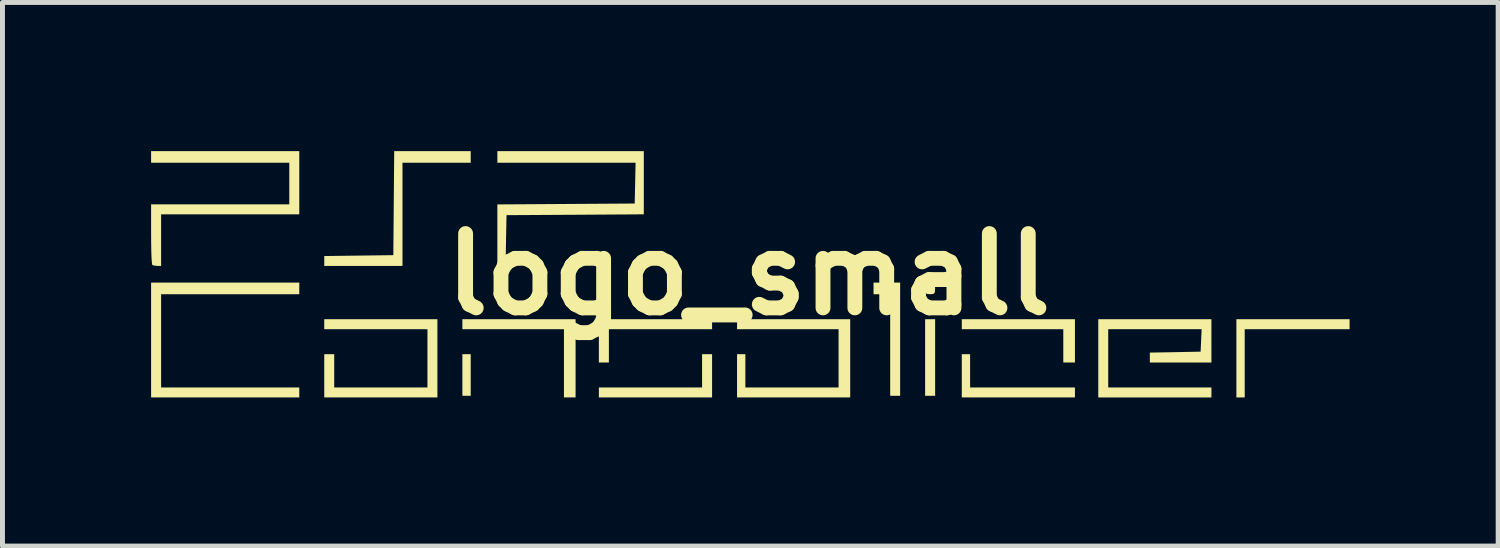
<source format=kicad_pcb>
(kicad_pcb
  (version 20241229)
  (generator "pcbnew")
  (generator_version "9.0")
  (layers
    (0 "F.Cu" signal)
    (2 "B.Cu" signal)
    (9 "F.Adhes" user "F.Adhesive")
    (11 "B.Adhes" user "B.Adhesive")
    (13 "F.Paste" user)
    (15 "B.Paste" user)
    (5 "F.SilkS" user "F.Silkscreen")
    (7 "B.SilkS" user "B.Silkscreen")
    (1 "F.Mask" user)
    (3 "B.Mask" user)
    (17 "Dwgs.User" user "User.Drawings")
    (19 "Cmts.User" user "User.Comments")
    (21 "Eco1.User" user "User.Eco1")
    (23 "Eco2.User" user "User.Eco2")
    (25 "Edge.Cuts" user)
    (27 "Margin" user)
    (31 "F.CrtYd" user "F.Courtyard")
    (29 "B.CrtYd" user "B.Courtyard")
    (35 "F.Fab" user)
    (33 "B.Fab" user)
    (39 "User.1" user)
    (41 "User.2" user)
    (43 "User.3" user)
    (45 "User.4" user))
  (footprint "logo_small"
    (layer "F.Cu")
    (at 12.062 2.486)
    (property "Reference" "logo_small" (at 0 0 0) (layer "F.SilkS") (effects (font (size 1.5 1.5) (thickness 0.3))))
    (attr board_only exclude_from_pos_files exclude_from_bom)
    (fp_poly (pts (xy -5.611 2.033) (xy -5.611 2.453) (xy -5.695 2.453) (xy -5.779 2.453) (xy -5.779 2.033) (xy -5.779 1.613) (xy -5.695 1.613) (xy -5.611 1.613)) (stroke (width 0) (type solid)) (fill yes) (layer "F.SilkS"))
    (fp_poly (pts (xy 3.763 1.68) (xy 3.763 2.453) (xy 3.662 2.453) (xy 3.561 2.453) (xy 3.561 1.68) (xy 3.561 0.907) (xy 3.662 0.907) (xy 3.763 0.907)) (stroke (width 0) (type solid)) (fill yes) (layer "F.SilkS"))
    (fp_poly (pts (xy -3.494 1.697) (xy -3.494 2.486) (xy -3.612 2.486) (xy -3.729 2.486) (xy -3.729 1.797) (xy -3.729 1.109) (xy -4.754 1.109) (xy -5.779 1.109) (xy -5.779 1.008) (xy -5.779 0.907) (xy -4.637 0.907) (xy -3.494 0.907)) (stroke (width 0) (type solid)) (fill yes) (layer "F.SilkS"))
    (fp_poly (pts (xy -0.739 1.008) (xy -0.739 1.109) (xy -1.781 1.109) (xy -2.822 1.109) (xy -2.822 1.445) (xy -2.822 1.781) (xy -2.923 1.781) (xy -3.024 1.781) (xy -3.024 1.344) (xy -3.024 0.907) (xy -1.881 0.907) (xy -0.739 0.907)) (stroke (width 0) (type solid)) (fill yes) (layer "F.SilkS"))
    (fp_poly (pts (xy -0.739 2.049) (xy -0.739 2.486) (xy -1.881 2.486) (xy -3.024 2.486) (xy -3.024 2.385) (xy -3.024 2.285) (xy -1.982 2.285) (xy -0.941 2.285) (xy -0.941 1.949) (xy -0.941 1.613) (xy -0.84 1.613) (xy -0.739 1.613)) (stroke (width 0) (type solid)) (fill yes) (layer "F.SilkS"))
    (fp_poly (pts (xy 3.057 1.31) (xy 3.057 2.453) (xy 2.957 2.453) (xy 2.856 2.453) (xy 2.856 1.428) (xy 2.856 0.403) (xy 2.688 0.403) (xy 2.52 0.403) (xy 2.52 0.286) (xy 2.52 0.168) (xy 2.789 0.168) (xy 3.057 0.168)) (stroke (width 0) (type solid)) (fill yes) (layer "F.SilkS"))
    (fp_poly (pts (xy 3.73 0.175) (xy 3.758 0.208) (xy 3.763 0.286) (xy 3.757 0.365) (xy 3.729 0.397) (xy 3.662 0.403) (xy 3.594 0.397) (xy 3.567 0.363) (xy 3.561 0.286) (xy 3.567 0.207) (xy 3.595 0.174) (xy 3.662 0.168)) (stroke (width 0) (type solid)) (fill yes) (layer "F.SilkS"))
    (fp_poly (pts (xy 4.469 1.949) (xy 4.469 2.285) (xy 5.527 2.285) (xy 6.585 2.285) (xy 6.585 2.385) (xy 6.585 2.486) (xy 5.443 2.486) (xy 4.301 2.486) (xy 4.301 2.049) (xy 4.301 1.613) (xy 4.385 1.613) (xy 4.469 1.613)) (stroke (width 0) (type solid)) (fill yes) (layer "F.SilkS"))
    (fp_poly (pts (xy 6.585 1.344) (xy 6.585 1.781) (xy 6.468 1.781) (xy 6.35 1.781) (xy 6.35 1.445) (xy 6.35 1.109) (xy 5.325 1.109) (xy 4.301 1.109) (xy 4.301 1.008) (xy 4.301 0.907) (xy 5.443 0.907) (xy 6.585 0.907)) (stroke (width 0) (type solid)) (fill yes) (layer "F.SilkS"))
    (fp_poly (pts (xy 12.129 1.008) (xy 12.129 1.109) (xy 11.071 1.109) (xy 10.012 1.109) (xy 10.012 1.797) (xy 10.012 2.486) (xy 9.928 2.486) (xy 9.844 2.486) (xy 9.844 1.697) (xy 9.844 0.907) (xy 10.987 0.907) (xy 12.129 0.907)) (stroke (width 0) (type solid)) (fill yes) (layer "F.SilkS"))
    (fp_poly (pts (xy -9.071 0.286) (xy -9.071 0.403) (xy -10.466 0.403) (xy -11.86 0.403) (xy -11.86 1.344) (xy -11.86 2.285) (xy -10.466 2.285) (xy -9.071 2.285) (xy -9.071 2.385) (xy -9.071 2.486) (xy -10.567 2.486) (xy -12.062 2.486) (xy -12.062 1.327) (xy -12.062 0.168) (xy -10.567 0.168) (xy -9.071 0.168)) (stroke (width 0) (type solid)) (fill yes) (layer "F.SilkS"))
    (fp_poly (pts (xy -5.611 -2.369) (xy -5.611 -2.251) (xy -6.3 -2.251) (xy -6.988 -2.251) (xy -6.988 -1.21) (xy -6.988 -0.168) (xy -7.778 -0.168) (xy -8.567 -0.168) (xy -8.567 -0.268) (xy -8.567 -0.368) (xy -7.87 -0.377) (xy -7.173 -0.386) (xy -7.164 -1.436) (xy -7.155 -2.486) (xy -6.383 -2.486) (xy -5.611 -2.486)) (stroke (width 0) (type solid)) (fill yes) (layer "F.SilkS"))
    (fp_poly (pts (xy -6.283 1.697) (xy -6.283 2.486) (xy -7.425 2.486) (xy -8.567 2.486) (xy -8.567 2.049) (xy -8.567 1.613) (xy -8.467 1.613) (xy -8.366 1.613) (xy -8.366 1.949) (xy -8.366 2.285) (xy -7.425 2.285) (xy -6.484 2.285) (xy -6.484 1.697) (xy -6.484 1.109) (xy -7.526 1.109) (xy -8.567 1.109) (xy -8.567 1.008) (xy -8.567 0.907) (xy -7.425 0.907) (xy -6.283 0.907)) (stroke (width 0) (type solid)) (fill yes) (layer "F.SilkS"))
    (fp_poly (pts (xy -2.117 -1.848) (xy -2.117 -1.21) (xy -3.503 -1.201) (xy -4.888 -1.193) (xy -4.898 -0.68) (xy -4.907 -0.168) (xy -4.99 -0.168) (xy -5.073 -0.168) (xy -5.073 -0.789) (xy -5.073 -1.41) (xy -3.687 -1.419) (xy -2.301 -1.428) (xy -2.292 -1.839) (xy -2.283 -2.251) (xy -3.678 -2.251) (xy -5.073 -2.251) (xy -5.073 -2.369) (xy -5.073 -2.486) (xy -3.595 -2.486) (xy -2.117 -2.486)) (stroke (width 0) (type solid)) (fill yes) (layer "F.SilkS"))
    (fp_poly (pts (xy 2.049 1.697) (xy 2.049 2.486) (xy 0.907 2.486) (xy -0.235 2.486) (xy -0.235 2.049) (xy -0.235 1.613) (xy -0.151 1.613) (xy -0.067 1.613) (xy -0.067 1.949) (xy -0.067 2.285) (xy 0.874 2.285) (xy 1.814 2.285) (xy 1.814 1.697) (xy 1.814 1.109) (xy 0.79 1.109) (xy -0.235 1.109) (xy -0.235 1.008) (xy -0.235 0.907) (xy 0.907 0.907) (xy 2.049 0.907)) (stroke (width 0) (type solid)) (fill yes) (layer "F.SilkS"))
    (fp_poly (pts (xy 9.34 1.344) (xy 9.34 1.781) (xy 8.719 1.781) (xy 8.097 1.781) (xy 8.097 1.681) (xy 8.097 1.581) (xy 8.609 1.572) (xy 9.122 1.562) (xy 9.132 1.336) (xy 9.142 1.109) (xy 8.199 1.109) (xy 7.257 1.109) (xy 7.257 1.697) (xy 7.257 2.285) (xy 8.299 2.285) (xy 9.34 2.285) (xy 9.34 2.385) (xy 9.34 2.486) (xy 8.198 2.486) (xy 7.056 2.486) (xy 7.056 1.697) (xy 7.056 0.907) (xy 8.198 0.907) (xy 9.34 0.907)) (stroke (width 0) (type solid)) (fill yes) (layer "F.SilkS"))
    (fp_poly (pts (xy -9.071 -1.848) (xy -9.071 -1.21) (xy -10.466 -1.21) (xy -11.86 -1.21) (xy -11.86 -0.689) (xy -11.86 -0.168) (xy -11.938 -0.168) (xy -12.009 -0.177) (xy -12.039 -0.19) (xy -12.046 -0.23) (xy -12.053 -0.325) (xy -12.058 -0.465) (xy -12.061 -0.639) (xy -12.062 -0.812) (xy -12.062 -1.411) (xy -10.667 -1.411) (xy -9.273 -1.411) (xy -9.273 -1.831) (xy -9.273 -2.251) (xy -10.667 -2.251) (xy -12.062 -2.251) (xy -12.062 -2.369) (xy -12.062 -2.486) (xy -10.567 -2.486) (xy -9.071 -2.486)) (stroke (width 0) (type solid)) (fill yes) (layer "F.SilkS")))
  (gr_rect
    (start -3 -3)
    (end 27.19 7.972)
    (stroke (width 0.1) (type default))
    (fill no)
    (layer "Edge.Cuts")))
</source>
